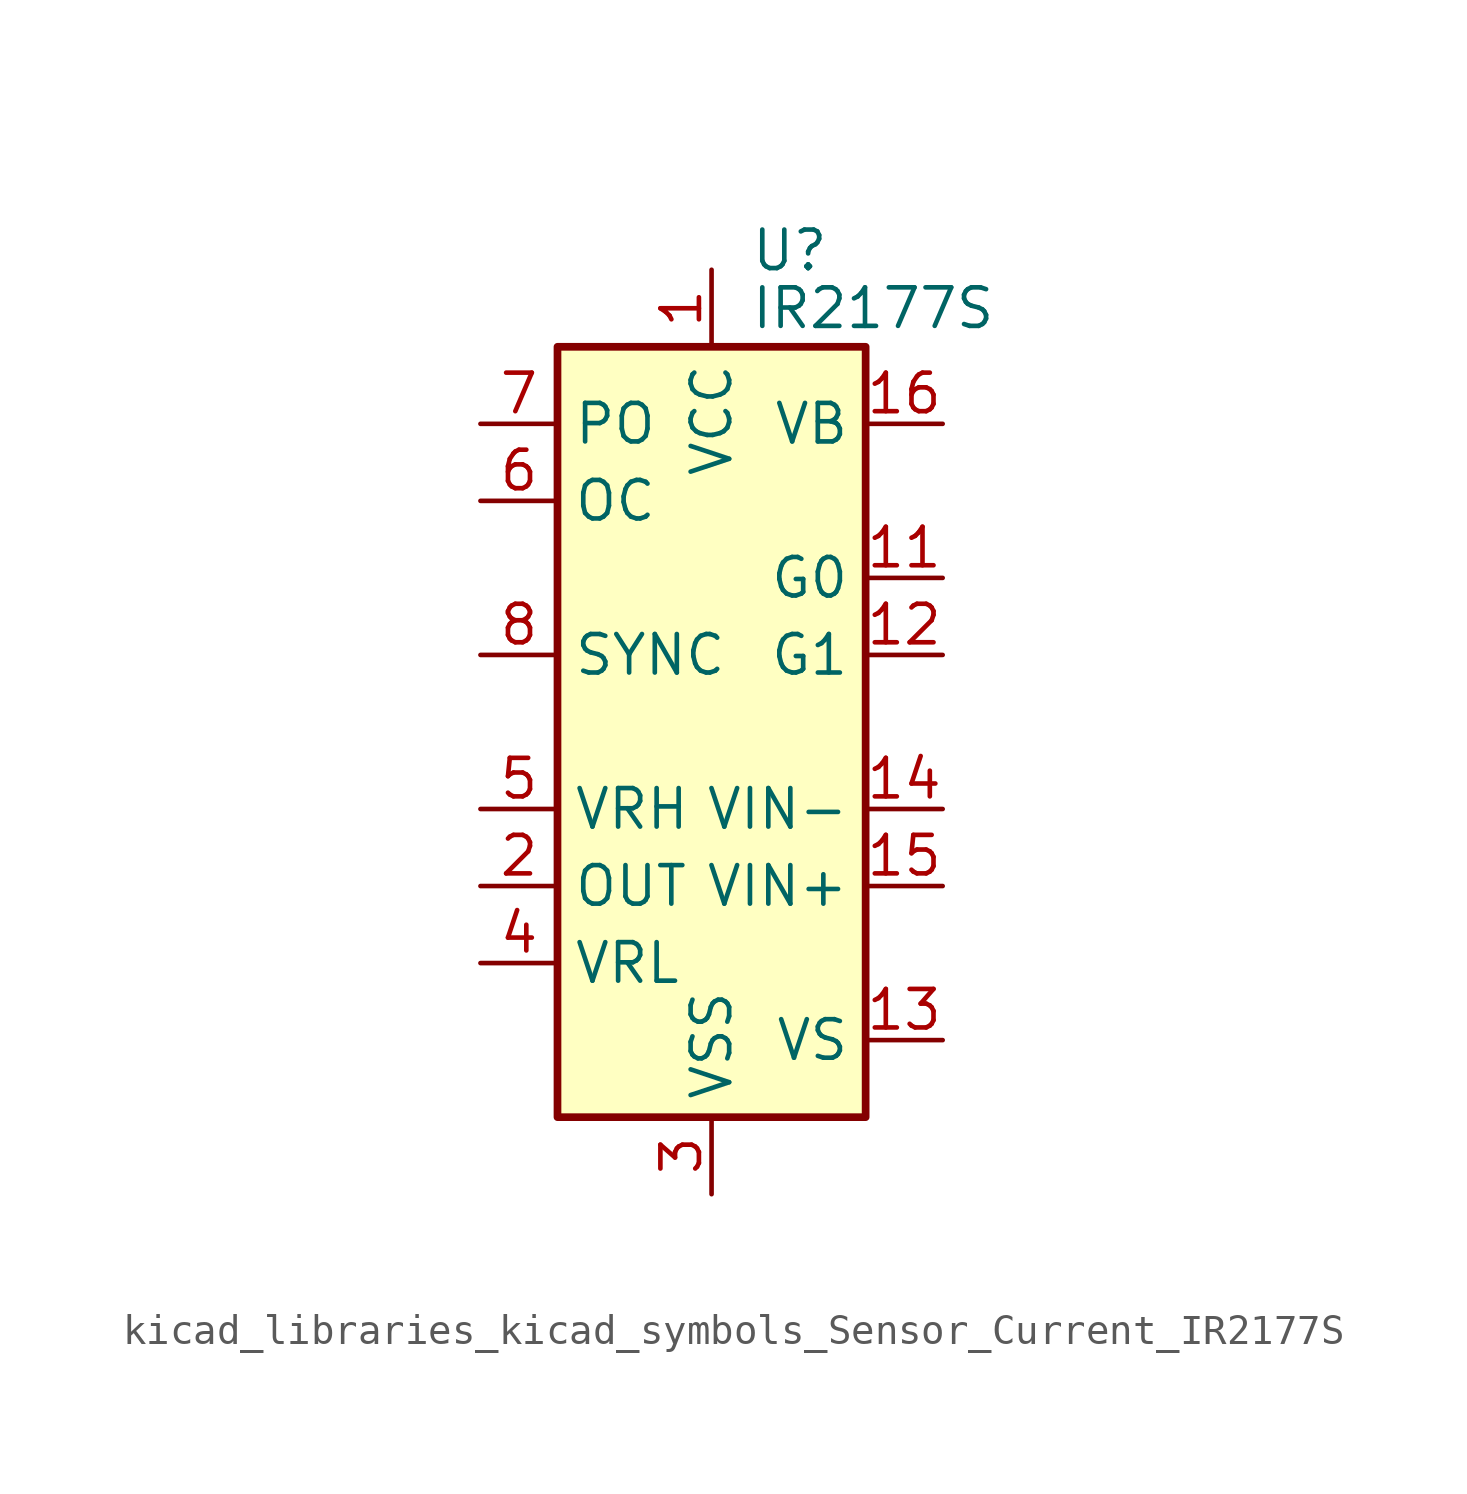
<source format=kicad_sym>
(kicad_symbol_lib
  (version 20220914)
  (generator kicad_symbol_editor)
  (symbol "kicad_libraries_kicad_symbols_Sensor_Current_IR2177S"
    (property "Reference" "U"
      (at 1.27 15.875 0)
      (effects (font (size 1.27 1.27)) (justify left)))
    (property "Value" "IR2177S"
      (at 1.27 13.97 0)
      (effects (font (size 1.27 1.27)) (justify left)))
    (symbol "kicad_libraries_kicad_symbols_Sensor_Current_IR2177S_0_1"
      (rectangle (start -5.08 -12.7) (end 5.08 12.7) (stroke (width 0.254) (type default)) (fill (type background))))
    (symbol "kicad_libraries_kicad_symbols_Sensor_Current_IR2177S_1_1"
      (pin power_in line (at 0 15.24 270) (length 2.54) (name "VCC" (effects (font (size 1.27 1.27)))) (number "1" (effects (font (size 1.27 1.27)))))
      (pin no_connect line (at -5.08 0 0) (length 2.54) hide (name "NC" (effects (font (size 1.27 1.27)))) (number "10" (effects (font (size 1.27 1.27)))))
      (pin input line (at 7.62 5.08 180) (length 2.54) (name "G0" (effects (font (size 1.27 1.27)))) (number "11" (effects (font (size 1.27 1.27)))))
      (pin input line (at 7.62 2.54 180) (length 2.54) (name "G1" (effects (font (size 1.27 1.27)))) (number "12" (effects (font (size 1.27 1.27)))))
      (pin passive line (at 7.62 -10.16 180) (length 2.54) (name "VS" (effects (font (size 1.27 1.27)))) (number "13" (effects (font (size 1.27 1.27)))))
      (pin passive line (at 7.62 -2.54 180) (length 2.54) (name "VIN-" (effects (font (size 1.27 1.27)))) (number "14" (effects (font (size 1.27 1.27)))))
      (pin passive line (at 7.62 -5.08 180) (length 2.54) (name "VIN+" (effects (font (size 1.27 1.27)))) (number "15" (effects (font (size 1.27 1.27)))))
      (pin passive line (at 7.62 10.16 180) (length 2.54) (name "VB" (effects (font (size 1.27 1.27)))) (number "16" (effects (font (size 1.27 1.27)))))
      (pin output line (at -7.62 -5.08 0) (length 2.54) (name "OUT" (effects (font (size 1.27 1.27)))) (number "2" (effects (font (size 1.27 1.27)))))
      (pin power_in line (at 0 -15.24 90) (length 2.54) (name "VSS" (effects (font (size 1.27 1.27)))) (number "3" (effects (font (size 1.27 1.27)))))
      (pin input line (at -7.62 -7.62 0) (length 2.54) (name "VRL" (effects (font (size 1.27 1.27)))) (number "4" (effects (font (size 1.27 1.27)))))
      (pin input line (at -7.62 -2.54 0) (length 2.54) (name "VRH" (effects (font (size 1.27 1.27)))) (number "5" (effects (font (size 1.27 1.27)))))
      (pin open_collector line (at -7.62 7.62 0) (length 2.54) (name "OC" (effects (font (size 1.27 1.27)))) (number "6" (effects (font (size 1.27 1.27)))))
      (pin open_collector line (at -7.62 10.16 0) (length 2.54) (name "PO" (effects (font (size 1.27 1.27)))) (number "7" (effects (font (size 1.27 1.27)))))
      (pin input line (at -7.62 2.54 0) (length 2.54) (name "SYNC" (effects (font (size 1.27 1.27)))) (number "8" (effects (font (size 1.27 1.27)))))
      (pin no_connect line (at -5.08 5.08 0) (length 2.54) hide (name "NC" (effects (font (size 1.27 1.27)))) (number "9" (effects (font (size 1.27 1.27))))))))
</source>
